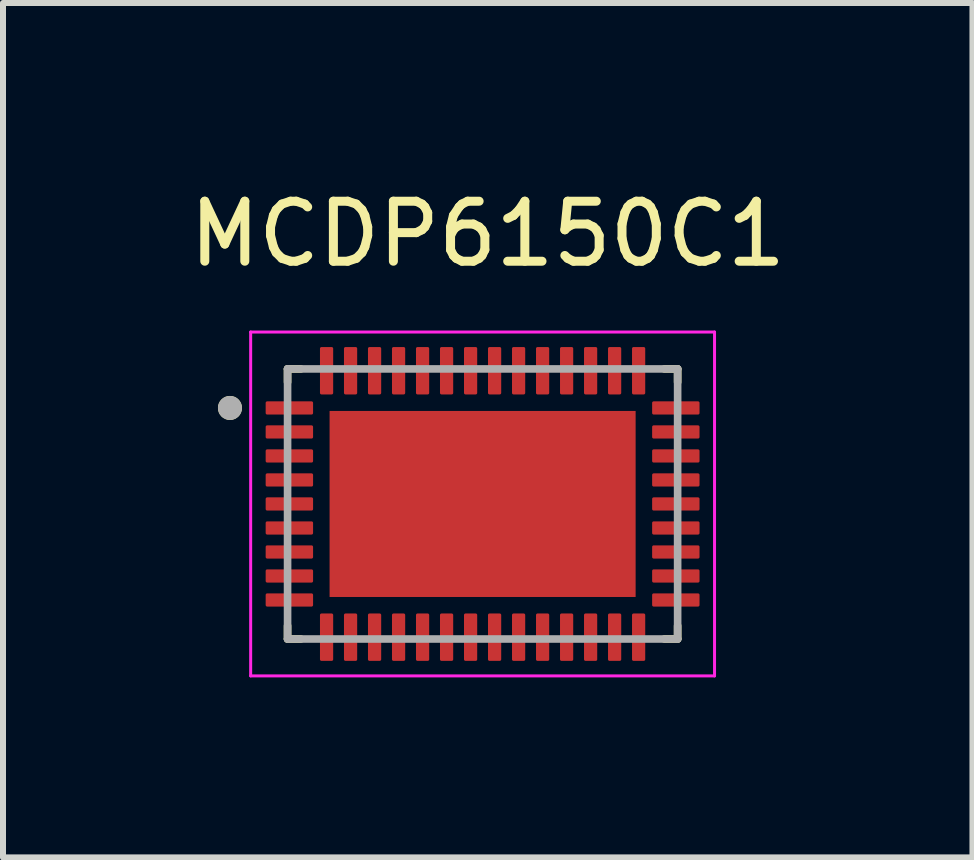
<source format=kicad_pcb>
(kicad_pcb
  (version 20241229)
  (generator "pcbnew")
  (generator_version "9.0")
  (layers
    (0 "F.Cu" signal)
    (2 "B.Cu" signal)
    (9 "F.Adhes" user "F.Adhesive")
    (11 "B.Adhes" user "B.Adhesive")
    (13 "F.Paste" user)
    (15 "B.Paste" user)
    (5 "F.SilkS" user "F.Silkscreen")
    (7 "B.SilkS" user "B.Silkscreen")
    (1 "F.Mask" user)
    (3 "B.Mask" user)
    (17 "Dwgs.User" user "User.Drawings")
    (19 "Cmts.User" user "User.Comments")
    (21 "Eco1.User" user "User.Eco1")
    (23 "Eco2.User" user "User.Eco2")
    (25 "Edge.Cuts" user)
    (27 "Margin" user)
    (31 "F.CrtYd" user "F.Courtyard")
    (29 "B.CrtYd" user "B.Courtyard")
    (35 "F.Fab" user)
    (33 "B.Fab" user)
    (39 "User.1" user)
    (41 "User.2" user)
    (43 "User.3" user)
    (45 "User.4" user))
  (footprint "MCDP6150C1"
    (layer "F.Cu")
    (at 4.992 5.348)
    (property "Reference" "MCDP6150C1" (at 0.085 -4.5 0) (layer "F.SilkS") (effects (font (size 1 1) (thickness 0.15))))
    (attr smd)
    (fp_line (start -3.25 -2.25) (end -3.25 -2.03) (stroke (width 0.127) (type solid)) (layer "F.SilkS"))
    (fp_line (start -3.25 -2.25) (end -3.03 -2.25) (stroke (width 0.127) (type solid)) (layer "F.SilkS"))
    (fp_line (start -3.25 2.25) (end -3.25 2.03) (stroke (width 0.127) (type solid)) (layer "F.SilkS"))
    (fp_line (start -3.25 2.25) (end -3.03 2.25) (stroke (width 0.127) (type solid)) (layer "F.SilkS"))
    (fp_line (start 3.25 -2.25) (end 3.03 -2.25) (stroke (width 0.127) (type solid)) (layer "F.SilkS"))
    (fp_line (start 3.25 -2.25) (end 3.25 -2.03) (stroke (width 0.127) (type solid)) (layer "F.SilkS"))
    (fp_line (start 3.25 2.25) (end 3.03 2.25) (stroke (width 0.127) (type solid)) (layer "F.SilkS"))
    (fp_line (start 3.25 2.25) (end 3.25 2.03) (stroke (width 0.127) (type solid)) (layer "F.SilkS"))
    (fp_circle (center -4.21 -1.6) (end -4.11 -1.6) (stroke (width 0.2) (type solid)) (fill no) (layer "F.SilkS"))
    (fp_poly (pts (xy -1.61 -0.98) (xy 1.61 -0.98) (xy 1.61 0.98) (xy -1.61 0.98)) (stroke (width 0.01) (type solid)) (fill yes) (layer "F.Paste"))
    (fp_line (start -3.865 -2.865) (end 3.865 -2.865) (stroke (width 0.05) (type solid)) (layer "F.CrtYd"))
    (fp_line (start -3.865 2.865) (end -3.865 -2.865) (stroke (width 0.05) (type solid)) (layer "F.CrtYd"))
    (fp_line (start -3.865 2.865) (end 3.865 2.865) (stroke (width 0.05) (type solid)) (layer "F.CrtYd"))
    (fp_line (start 3.865 2.865) (end 3.865 -2.865) (stroke (width 0.05) (type solid)) (layer "F.CrtYd"))
    (fp_line (start -3.25 2.25) (end -3.25 -2.25) (stroke (width 0.127) (type solid)) (layer "F.Fab"))
    (fp_line (start 3.25 -2.25) (end -3.25 -2.25) (stroke (width 0.127) (type solid)) (layer "F.Fab"))
    (fp_line (start 3.25 2.25) (end -3.25 2.25) (stroke (width 0.127) (type solid)) (layer "F.Fab"))
    (fp_line (start 3.25 2.25) (end 3.25 -2.25) (stroke (width 0.127) (type solid)) (layer "F.Fab"))
    (fp_circle (center -4.21 -1.6) (end -4.11 -1.6) (stroke (width 0.2) (type solid)) (fill no) (layer "F.Fab"))
    (pad "1" smd roundrect (at -3.22 -1.6) (size 0.79 0.22) (layers "F.Cu" "F.Mask" "F.Paste") (roundrect_rratio 0.115))
    (pad "2" smd roundrect (at -3.22 -1.2) (size 0.79 0.22) (layers "F.Cu" "F.Mask" "F.Paste") (roundrect_rratio 0.115))
    (pad "3" smd roundrect (at -3.22 -0.8) (size 0.79 0.22) (layers "F.Cu" "F.Mask" "F.Paste") (roundrect_rratio 0.115))
    (pad "4" smd roundrect (at -3.22 -0.4) (size 0.79 0.22) (layers "F.Cu" "F.Mask" "F.Paste") (roundrect_rratio 0.115))
    (pad "5" smd roundrect (at -3.22 0) (size 0.79 0.22) (layers "F.Cu" "F.Mask" "F.Paste") (roundrect_rratio 0.115))
    (pad "6" smd roundrect (at -3.22 0.4) (size 0.79 0.22) (layers "F.Cu" "F.Mask" "F.Paste") (roundrect_rratio 0.115))
    (pad "7" smd roundrect (at -3.22 0.8) (size 0.79 0.22) (layers "F.Cu" "F.Mask" "F.Paste") (roundrect_rratio 0.115))
    (pad "8" smd roundrect (at -3.22 1.2) (size 0.79 0.22) (layers "F.Cu" "F.Mask" "F.Paste") (roundrect_rratio 0.115))
    (pad "9" smd roundrect (at -3.22 1.6) (size 0.79 0.22) (layers "F.Cu" "F.Mask" "F.Paste") (roundrect_rratio 0.115))
    (pad "10" smd roundrect (at -2.6 2.22) (size 0.22 0.79) (layers "F.Cu" "F.Mask" "F.Paste") (roundrect_rratio 0.115))
    (pad "11" smd roundrect (at -2.2 2.22) (size 0.22 0.79) (layers "F.Cu" "F.Mask" "F.Paste") (roundrect_rratio 0.115))
    (pad "12" smd roundrect (at -1.8 2.22) (size 0.22 0.79) (layers "F.Cu" "F.Mask" "F.Paste") (roundrect_rratio 0.115))
    (pad "13" smd roundrect (at -1.4 2.22) (size 0.22 0.79) (layers "F.Cu" "F.Mask" "F.Paste") (roundrect_rratio 0.115))
    (pad "14" smd roundrect (at -1 2.22) (size 0.22 0.79) (layers "F.Cu" "F.Mask" "F.Paste") (roundrect_rratio 0.115))
    (pad "15" smd roundrect (at -0.6 2.22) (size 0.22 0.79) (layers "F.Cu" "F.Mask" "F.Paste") (roundrect_rratio 0.115))
    (pad "16" smd roundrect (at -0.2 2.22) (size 0.22 0.79) (layers "F.Cu" "F.Mask" "F.Paste") (roundrect_rratio 0.115))
    (pad "17" smd roundrect (at 0.2 2.22) (size 0.22 0.79) (layers "F.Cu" "F.Mask" "F.Paste") (roundrect_rratio 0.115))
    (pad "18" smd roundrect (at 0.6 2.22) (size 0.22 0.79) (layers "F.Cu" "F.Mask" "F.Paste") (roundrect_rratio 0.115))
    (pad "19" smd roundrect (at 1 2.22) (size 0.22 0.79) (layers "F.Cu" "F.Mask" "F.Paste") (roundrect_rratio 0.115))
    (pad "20" smd roundrect (at 1.4 2.22) (size 0.22 0.79) (layers "F.Cu" "F.Mask" "F.Paste") (roundrect_rratio 0.115))
    (pad "21" smd roundrect (at 1.8 2.22) (size 0.22 0.79) (layers "F.Cu" "F.Mask" "F.Paste") (roundrect_rratio 0.115))
    (pad "22" smd roundrect (at 2.2 2.22) (size 0.22 0.79) (layers "F.Cu" "F.Mask" "F.Paste") (roundrect_rratio 0.115))
    (pad "23" smd roundrect (at 2.6 2.22) (size 0.22 0.79) (layers "F.Cu" "F.Mask" "F.Paste") (roundrect_rratio 0.115))
    (pad "24" smd roundrect (at 3.22 1.6) (size 0.79 0.22) (layers "F.Cu" "F.Mask" "F.Paste") (roundrect_rratio 0.115))
    (pad "25" smd roundrect (at 3.22 1.2) (size 0.79 0.22) (layers "F.Cu" "F.Mask" "F.Paste") (roundrect_rratio 0.115))
    (pad "26" smd roundrect (at 3.22 0.8) (size 0.79 0.22) (layers "F.Cu" "F.Mask" "F.Paste") (roundrect_rratio 0.115))
    (pad "27" smd roundrect (at 3.22 0.4) (size 0.79 0.22) (layers "F.Cu" "F.Mask" "F.Paste") (roundrect_rratio 0.115))
    (pad "28" smd roundrect (at 3.22 0) (size 0.79 0.22) (layers "F.Cu" "F.Mask" "F.Paste") (roundrect_rratio 0.115))
    (pad "29" smd roundrect (at 3.22 -0.4) (size 0.79 0.22) (layers "F.Cu" "F.Mask" "F.Paste") (roundrect_rratio 0.115))
    (pad "30" smd roundrect (at 3.22 -0.8) (size 0.79 0.22) (layers "F.Cu" "F.Mask" "F.Paste") (roundrect_rratio 0.115))
    (pad "31" smd roundrect (at 3.22 -1.2) (size 0.79 0.22) (layers "F.Cu" "F.Mask" "F.Paste") (roundrect_rratio 0.115))
    (pad "32" smd roundrect (at 3.22 -1.6) (size 0.79 0.22) (layers "F.Cu" "F.Mask" "F.Paste") (roundrect_rratio 0.115))
    (pad "33" smd roundrect (at 2.6 -2.22) (size 0.22 0.79) (layers "F.Cu" "F.Mask" "F.Paste") (roundrect_rratio 0.115))
    (pad "34" smd roundrect (at 2.2 -2.22) (size 0.22 0.79) (layers "F.Cu" "F.Mask" "F.Paste") (roundrect_rratio 0.115))
    (pad "35" smd roundrect (at 1.8 -2.22) (size 0.22 0.79) (layers "F.Cu" "F.Mask" "F.Paste") (roundrect_rratio 0.115))
    (pad "36" smd roundrect (at 1.4 -2.22) (size 0.22 0.79) (layers "F.Cu" "F.Mask" "F.Paste") (roundrect_rratio 0.115))
    (pad "37" smd roundrect (at 1 -2.22) (size 0.22 0.79) (layers "F.Cu" "F.Mask" "F.Paste") (roundrect_rratio 0.115))
    (pad "38" smd roundrect (at 0.6 -2.22) (size 0.22 0.79) (layers "F.Cu" "F.Mask" "F.Paste") (roundrect_rratio 0.115))
    (pad "39" smd roundrect (at 0.2 -2.22) (size 0.22 0.79) (layers "F.Cu" "F.Mask" "F.Paste") (roundrect_rratio 0.115))
    (pad "40" smd roundrect (at -0.2 -2.22) (size 0.22 0.79) (layers "F.Cu" "F.Mask" "F.Paste") (roundrect_rratio 0.115))
    (pad "41" smd roundrect (at -0.6 -2.22) (size 0.22 0.79) (layers "F.Cu" "F.Mask" "F.Paste") (roundrect_rratio 0.115))
    (pad "42" smd roundrect (at -1 -2.22) (size 0.22 0.79) (layers "F.Cu" "F.Mask" "F.Paste") (roundrect_rratio 0.115))
    (pad "43" smd roundrect (at -1.4 -2.22) (size 0.22 0.79) (layers "F.Cu" "F.Mask" "F.Paste") (roundrect_rratio 0.115))
    (pad "44" smd roundrect (at -1.8 -2.22) (size 0.22 0.79) (layers "F.Cu" "F.Mask" "F.Paste") (roundrect_rratio 0.115))
    (pad "45" smd roundrect (at -2.2 -2.22) (size 0.22 0.79) (layers "F.Cu" "F.Mask" "F.Paste") (roundrect_rratio 0.115))
    (pad "46" smd roundrect (at -2.6 -2.22) (size 0.22 0.79) (layers "F.Cu" "F.Mask" "F.Paste") (roundrect_rratio 0.115))
    (pad "47" smd rect (at 0 0) (size 5.1 3.1) (layers "F.Cu" "F.Mask")))
  (gr_rect
    (start -3 -3)
    (end 13.155 11.238)
    (stroke (width 0.1) (type default))
    (fill no)
    (layer "Edge.Cuts")))
</source>
